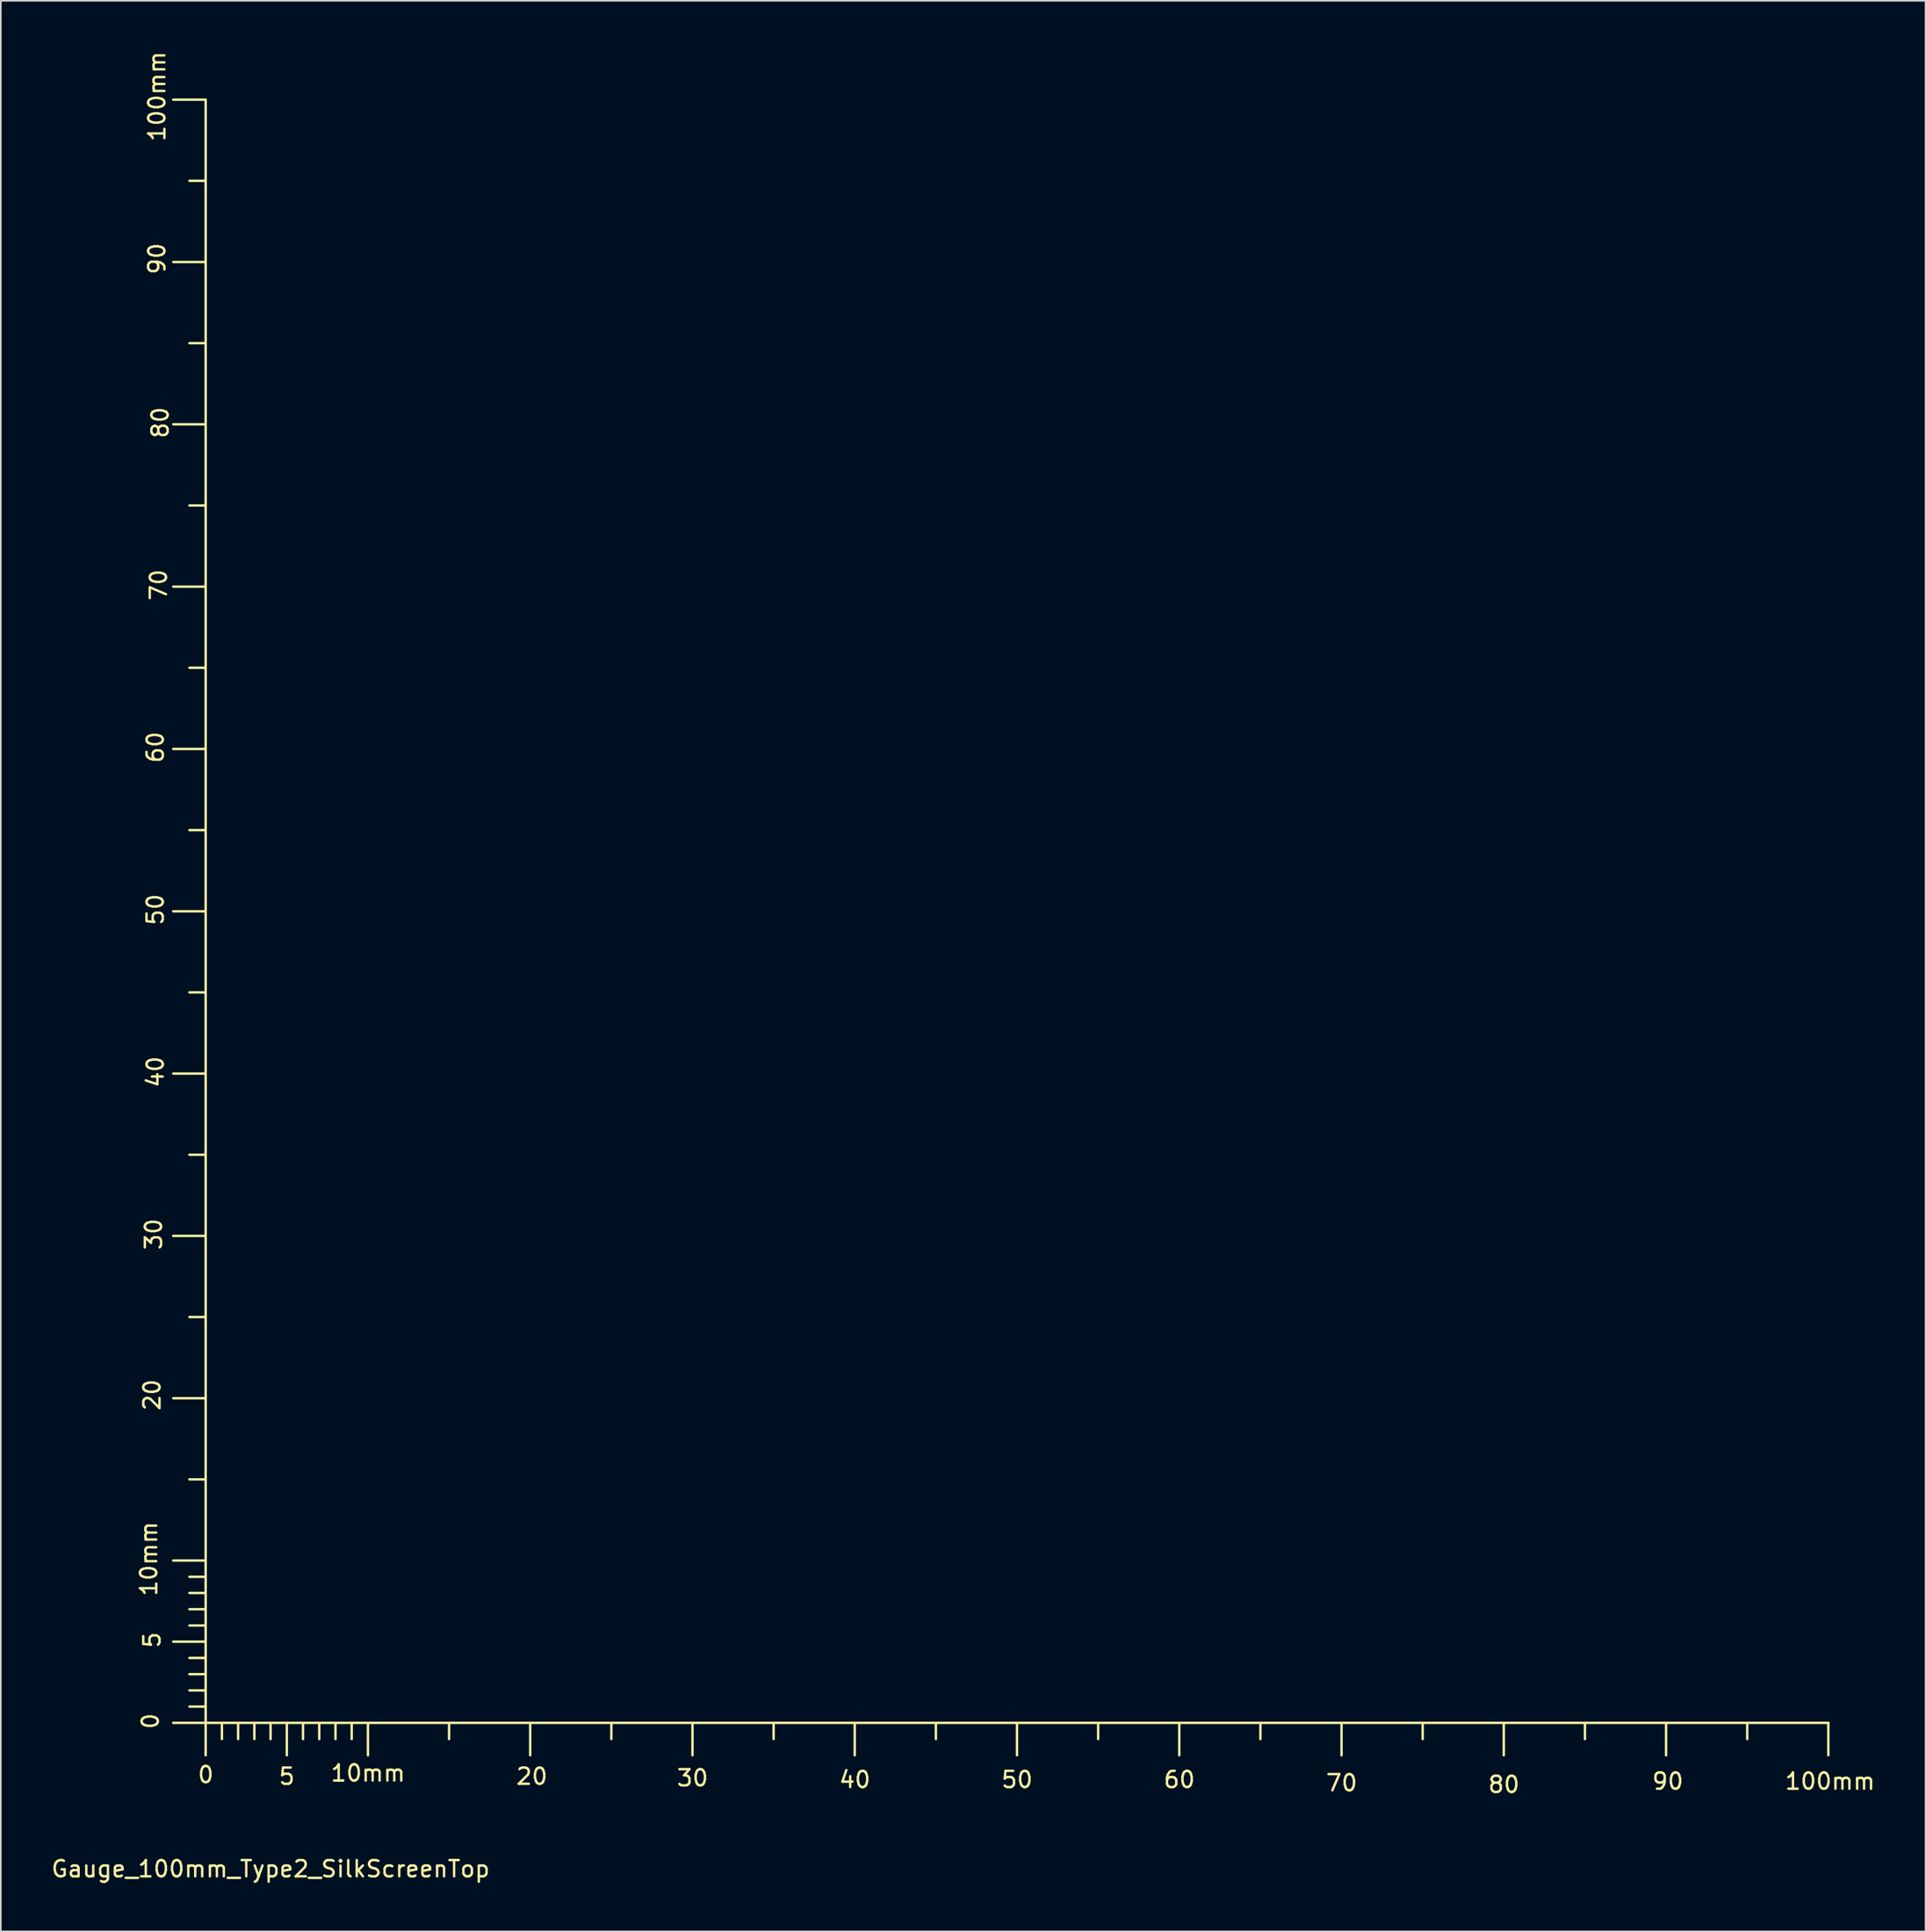
<source format=kicad_pcb>
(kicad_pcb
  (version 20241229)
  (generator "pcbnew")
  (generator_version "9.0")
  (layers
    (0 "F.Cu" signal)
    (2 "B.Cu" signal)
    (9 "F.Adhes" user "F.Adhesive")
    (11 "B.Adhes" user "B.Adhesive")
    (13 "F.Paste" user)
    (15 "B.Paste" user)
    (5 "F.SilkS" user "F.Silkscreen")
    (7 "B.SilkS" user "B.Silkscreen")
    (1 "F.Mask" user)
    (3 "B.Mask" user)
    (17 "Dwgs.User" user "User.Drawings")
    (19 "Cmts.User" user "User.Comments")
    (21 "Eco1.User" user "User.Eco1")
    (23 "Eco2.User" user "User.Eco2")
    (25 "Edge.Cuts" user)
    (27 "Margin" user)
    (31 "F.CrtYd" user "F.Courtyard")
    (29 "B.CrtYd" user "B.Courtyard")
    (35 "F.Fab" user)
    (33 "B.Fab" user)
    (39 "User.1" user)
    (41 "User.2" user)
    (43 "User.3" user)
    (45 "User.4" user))
  (footprint "Gauge_100mm_Type2_SilkScreenTop"
    (layer "F.Cu")
    (at 9.625 103.092)
    (property "Reference" "Gauge_100mm_Type2_SilkScreenTop" (at 4 8.999 0) (layer "F.SilkS") (effects (font (size 1 1) (thickness 0.15))))
    (attr through_hole)
    (fp_line (start 0 -100) (end -1.999 -100) (stroke (width 0.15) (type solid)) (layer "F.SilkS"))
    (fp_line (start 0 -95.001) (end -1.001 -95.001) (stroke (width 0.15) (type solid)) (layer "F.SilkS"))
    (fp_line (start 0 -90) (end -1.999 -90) (stroke (width 0.15) (type solid)) (layer "F.SilkS"))
    (fp_line (start 0 -85.001) (end -1.001 -85.001) (stroke (width 0.15) (type solid)) (layer "F.SilkS"))
    (fp_line (start 0 -80) (end -1.999 -80) (stroke (width 0.15) (type solid)) (layer "F.SilkS"))
    (fp_line (start 0 -75.001) (end -1.001 -75.001) (stroke (width 0.15) (type solid)) (layer "F.SilkS"))
    (fp_line (start 0 -70) (end -1.999 -70) (stroke (width 0.15) (type solid)) (layer "F.SilkS"))
    (fp_line (start 0 -65.001) (end -1.001 -65.001) (stroke (width 0.15) (type solid)) (layer "F.SilkS"))
    (fp_line (start 0 -60) (end -1.999 -60) (stroke (width 0.15) (type solid)) (layer "F.SilkS"))
    (fp_line (start 0 -55.001) (end -1.001 -55.001) (stroke (width 0.15) (type solid)) (layer "F.SilkS"))
    (fp_line (start 0 -50) (end -1.999 -50) (stroke (width 0.15) (type solid)) (layer "F.SilkS"))
    (fp_line (start 0 -45.001) (end -1.001 -45.001) (stroke (width 0.15) (type solid)) (layer "F.SilkS"))
    (fp_line (start 0 -40) (end -1.999 -40) (stroke (width 0.15) (type solid)) (layer "F.SilkS"))
    (fp_line (start 0 -35.001) (end -1.001 -35.001) (stroke (width 0.15) (type solid)) (layer "F.SilkS"))
    (fp_line (start 0 -30) (end -1.999 -30) (stroke (width 0.15) (type solid)) (layer "F.SilkS"))
    (fp_line (start 0 -25.001) (end -1.001 -25.001) (stroke (width 0.15) (type solid)) (layer "F.SilkS"))
    (fp_line (start 0 -20) (end -1.999 -20) (stroke (width 0.15) (type solid)) (layer "F.SilkS"))
    (fp_line (start 0 -15.001) (end -1.001 -15.001) (stroke (width 0.15) (type solid)) (layer "F.SilkS"))
    (fp_line (start 0 -10) (end -1.999 -10) (stroke (width 0.15) (type solid)) (layer "F.SilkS"))
    (fp_line (start 0 -8.999) (end -1.001 -8.999) (stroke (width 0.15) (type solid)) (layer "F.SilkS"))
    (fp_line (start 0 -8.001) (end -1.001 -8.001) (stroke (width 0.15) (type solid)) (layer "F.SilkS"))
    (fp_line (start 0 -7) (end -1.001 -7) (stroke (width 0.15) (type solid)) (layer "F.SilkS"))
    (fp_line (start 0 -5.999) (end -1.001 -5.999) (stroke (width 0.15) (type solid)) (layer "F.SilkS"))
    (fp_line (start 0 -5.001) (end -1.999 -5.001) (stroke (width 0.15) (type solid)) (layer "F.SilkS"))
    (fp_line (start 0 -4) (end -1.001 -4) (stroke (width 0.15) (type solid)) (layer "F.SilkS"))
    (fp_line (start 0 -3) (end -1.001 -3) (stroke (width 0.15) (type solid)) (layer "F.SilkS"))
    (fp_line (start 0 -1.999) (end -1.001 -1.999) (stroke (width 0.15) (type solid)) (layer "F.SilkS"))
    (fp_line (start 0 -1.001) (end -1.001 -1.001) (stroke (width 0.15) (type solid)) (layer "F.SilkS"))
    (fp_line (start 0 0) (end -1.999 0) (stroke (width 0.15) (type solid)) (layer "F.SilkS"))
    (fp_line (start 0 0) (end 0 -100) (stroke (width 0.15) (type solid)) (layer "F.SilkS"))
    (fp_line (start 0 0) (end 0 1.999) (stroke (width 0.15) (type solid)) (layer "F.SilkS"))
    (fp_line (start 0 0) (end 10 0) (stroke (width 0.15) (type solid)) (layer "F.SilkS"))
    (fp_line (start 1.001 0) (end 1.001 1.001) (stroke (width 0.15) (type solid)) (layer "F.SilkS"))
    (fp_line (start 1.999 0) (end 1.999 1.001) (stroke (width 0.15) (type solid)) (layer "F.SilkS"))
    (fp_line (start 3 0) (end 3 1.001) (stroke (width 0.15) (type solid)) (layer "F.SilkS"))
    (fp_line (start 4 0) (end 4 1.001) (stroke (width 0.15) (type solid)) (layer "F.SilkS"))
    (fp_line (start 5.001 0) (end 5.001 1.999) (stroke (width 0.15) (type solid)) (layer "F.SilkS"))
    (fp_line (start 5.999 0) (end 5.999 1.001) (stroke (width 0.15) (type solid)) (layer "F.SilkS"))
    (fp_line (start 7 0) (end 7 1.001) (stroke (width 0.15) (type solid)) (layer "F.SilkS"))
    (fp_line (start 8.001 0) (end 8.001 1.001) (stroke (width 0.15) (type solid)) (layer "F.SilkS"))
    (fp_line (start 8.999 0) (end 8.999 1.001) (stroke (width 0.15) (type solid)) (layer "F.SilkS"))
    (fp_line (start 10 0) (end 10 1.999) (stroke (width 0.15) (type solid)) (layer "F.SilkS"))
    (fp_line (start 10 0) (end 100 0) (stroke (width 0.15) (type solid)) (layer "F.SilkS"))
    (fp_line (start 15.001 0) (end 15.001 1.001) (stroke (width 0.15) (type solid)) (layer "F.SilkS"))
    (fp_line (start 20 0) (end 20 1.999) (stroke (width 0.15) (type solid)) (layer "F.SilkS"))
    (fp_line (start 25.001 0) (end 25.001 1.001) (stroke (width 0.15) (type solid)) (layer "F.SilkS"))
    (fp_line (start 30 0) (end 30 1.999) (stroke (width 0.15) (type solid)) (layer "F.SilkS"))
    (fp_line (start 35.001 0) (end 35.001 1.001) (stroke (width 0.15) (type solid)) (layer "F.SilkS"))
    (fp_line (start 40 0) (end 40 1.999) (stroke (width 0.15) (type solid)) (layer "F.SilkS"))
    (fp_line (start 45.001 0) (end 45.001 1.001) (stroke (width 0.15) (type solid)) (layer "F.SilkS"))
    (fp_line (start 50 0) (end 50 1.999) (stroke (width 0.15) (type solid)) (layer "F.SilkS"))
    (fp_line (start 55.001 0) (end 55.001 1.001) (stroke (width 0.15) (type solid)) (layer "F.SilkS"))
    (fp_line (start 60 0) (end 60 1.999) (stroke (width 0.15) (type solid)) (layer "F.SilkS"))
    (fp_line (start 65.001 0) (end 65.001 1.001) (stroke (width 0.15) (type solid)) (layer "F.SilkS"))
    (fp_line (start 70 0) (end 70 1.999) (stroke (width 0.15) (type solid)) (layer "F.SilkS"))
    (fp_line (start 75.001 0) (end 75.001 1.001) (stroke (width 0.15) (type solid)) (layer "F.SilkS"))
    (fp_line (start 80 0) (end 80 1.999) (stroke (width 0.15) (type solid)) (layer "F.SilkS"))
    (fp_line (start 85.001 0) (end 85.001 1.001) (stroke (width 0.15) (type solid)) (layer "F.SilkS"))
    (fp_line (start 90 0) (end 90 1.999) (stroke (width 0.15) (type solid)) (layer "F.SilkS"))
    (fp_line (start 95.001 0) (end 95.001 1.001) (stroke (width 0.15) (type solid)) (layer "F.SilkS"))
    (fp_line (start 100 0) (end 100 1.999) (stroke (width 0.15) (type solid)) (layer "F.SilkS"))
    (fp_text user "50" (at 50.005 3.5 0) (layer "F.SilkS") (effects (font (size 1 1) (thickness 0.15))))
    (fp_text user "80" (at 80.005 3.8 0) (layer "F.SilkS") (effects (font (size 1 1) (thickness 0.15))))
    (fp_text user "100mm" (at 100.106 3.602 0) (layer "F.SilkS") (effects (font (size 1 1) (thickness 0.15))))
    (fp_text user "20" (at -3.302 -20.203 90) (layer "F.SilkS") (effects (font (size 1 1) (thickness 0.15))))
    (fp_text user "10mm" (at 10.005 3.099 0) (layer "F.SilkS") (effects (font (size 1 1) (thickness 0.15))))
    (fp_text user "90" (at 90.106 3.602 0) (layer "F.SilkS") (effects (font (size 1 1) (thickness 0.15))))
    (fp_text user "70" (at 70.005 3.701 0) (layer "F.SilkS") (effects (font (size 1 1) (thickness 0.15))))
    (fp_text user "90" (at -3 -90.206 90) (layer "F.SilkS") (effects (font (size 1 1) (thickness 0.15))))
    (fp_text user "60" (at -3.101 -60.104 90) (layer "F.SilkS") (effects (font (size 1 1) (thickness 0.15))))
    (fp_text user "30" (at -3.203 -30.104 90) (layer "F.SilkS") (effects (font (size 1 1) (thickness 0.15))))
    (fp_text user "5" (at -3.302 -5.103 90) (layer "F.SilkS") (effects (font (size 1 1) (thickness 0.15))))
    (fp_text user "60" (at 60.005 3.5 0) (layer "F.SilkS") (effects (font (size 1 1) (thickness 0.15))))
    (fp_text user "0" (at 0.005 3.198 0) (layer "F.SilkS") (effects (font (size 1 1) (thickness 0.15))))
    (fp_text user "50" (at -3.101 -50.104 90) (layer "F.SilkS") (effects (font (size 1 1) (thickness 0.15))))
    (fp_text user "80" (at -2.802 -80.104 90) (layer "F.SilkS") (effects (font (size 1 1) (thickness 0.15))))
    (fp_text user "20" (at 20.104 3.299 0) (layer "F.SilkS") (effects (font (size 1 1) (thickness 0.15))))
    (fp_text user "10mm" (at -3.503 -10.104 90) (layer "F.SilkS") (effects (font (size 1 1) (thickness 0.15))))
    (fp_text user "5" (at 5.004 3.299 0) (layer "F.SilkS") (effects (font (size 1 1) (thickness 0.15))))
    (fp_text user "30" (at 30.005 3.399 0) (layer "F.SilkS") (effects (font (size 1 1) (thickness 0.15))))
    (fp_text user "70" (at -2.901 -70.104 90) (layer "F.SilkS") (effects (font (size 1 1) (thickness 0.15))))
    (fp_text user "40" (at -3.101 -40.104 90) (layer "F.SilkS") (effects (font (size 1 1) (thickness 0.15))))
    (fp_text user "40" (at 40.005 3.5 0) (layer "F.SilkS") (effects (font (size 1 1) (thickness 0.15))))
    (fp_text user "0" (at -3.404 -0.104 90) (layer "F.SilkS") (effects (font (size 1 1) (thickness 0.15))))
    (fp_text user "100mm" (at -3 -100.206 90) (layer "F.SilkS") (effects (font (size 1 1) (thickness 0.15)))))
  (gr_rect
    (start -3 -3)
    (end 115.618 115.94)
    (stroke (width 0.1) (type default))
    (fill no)
    (layer "Edge.Cuts")))
</source>
